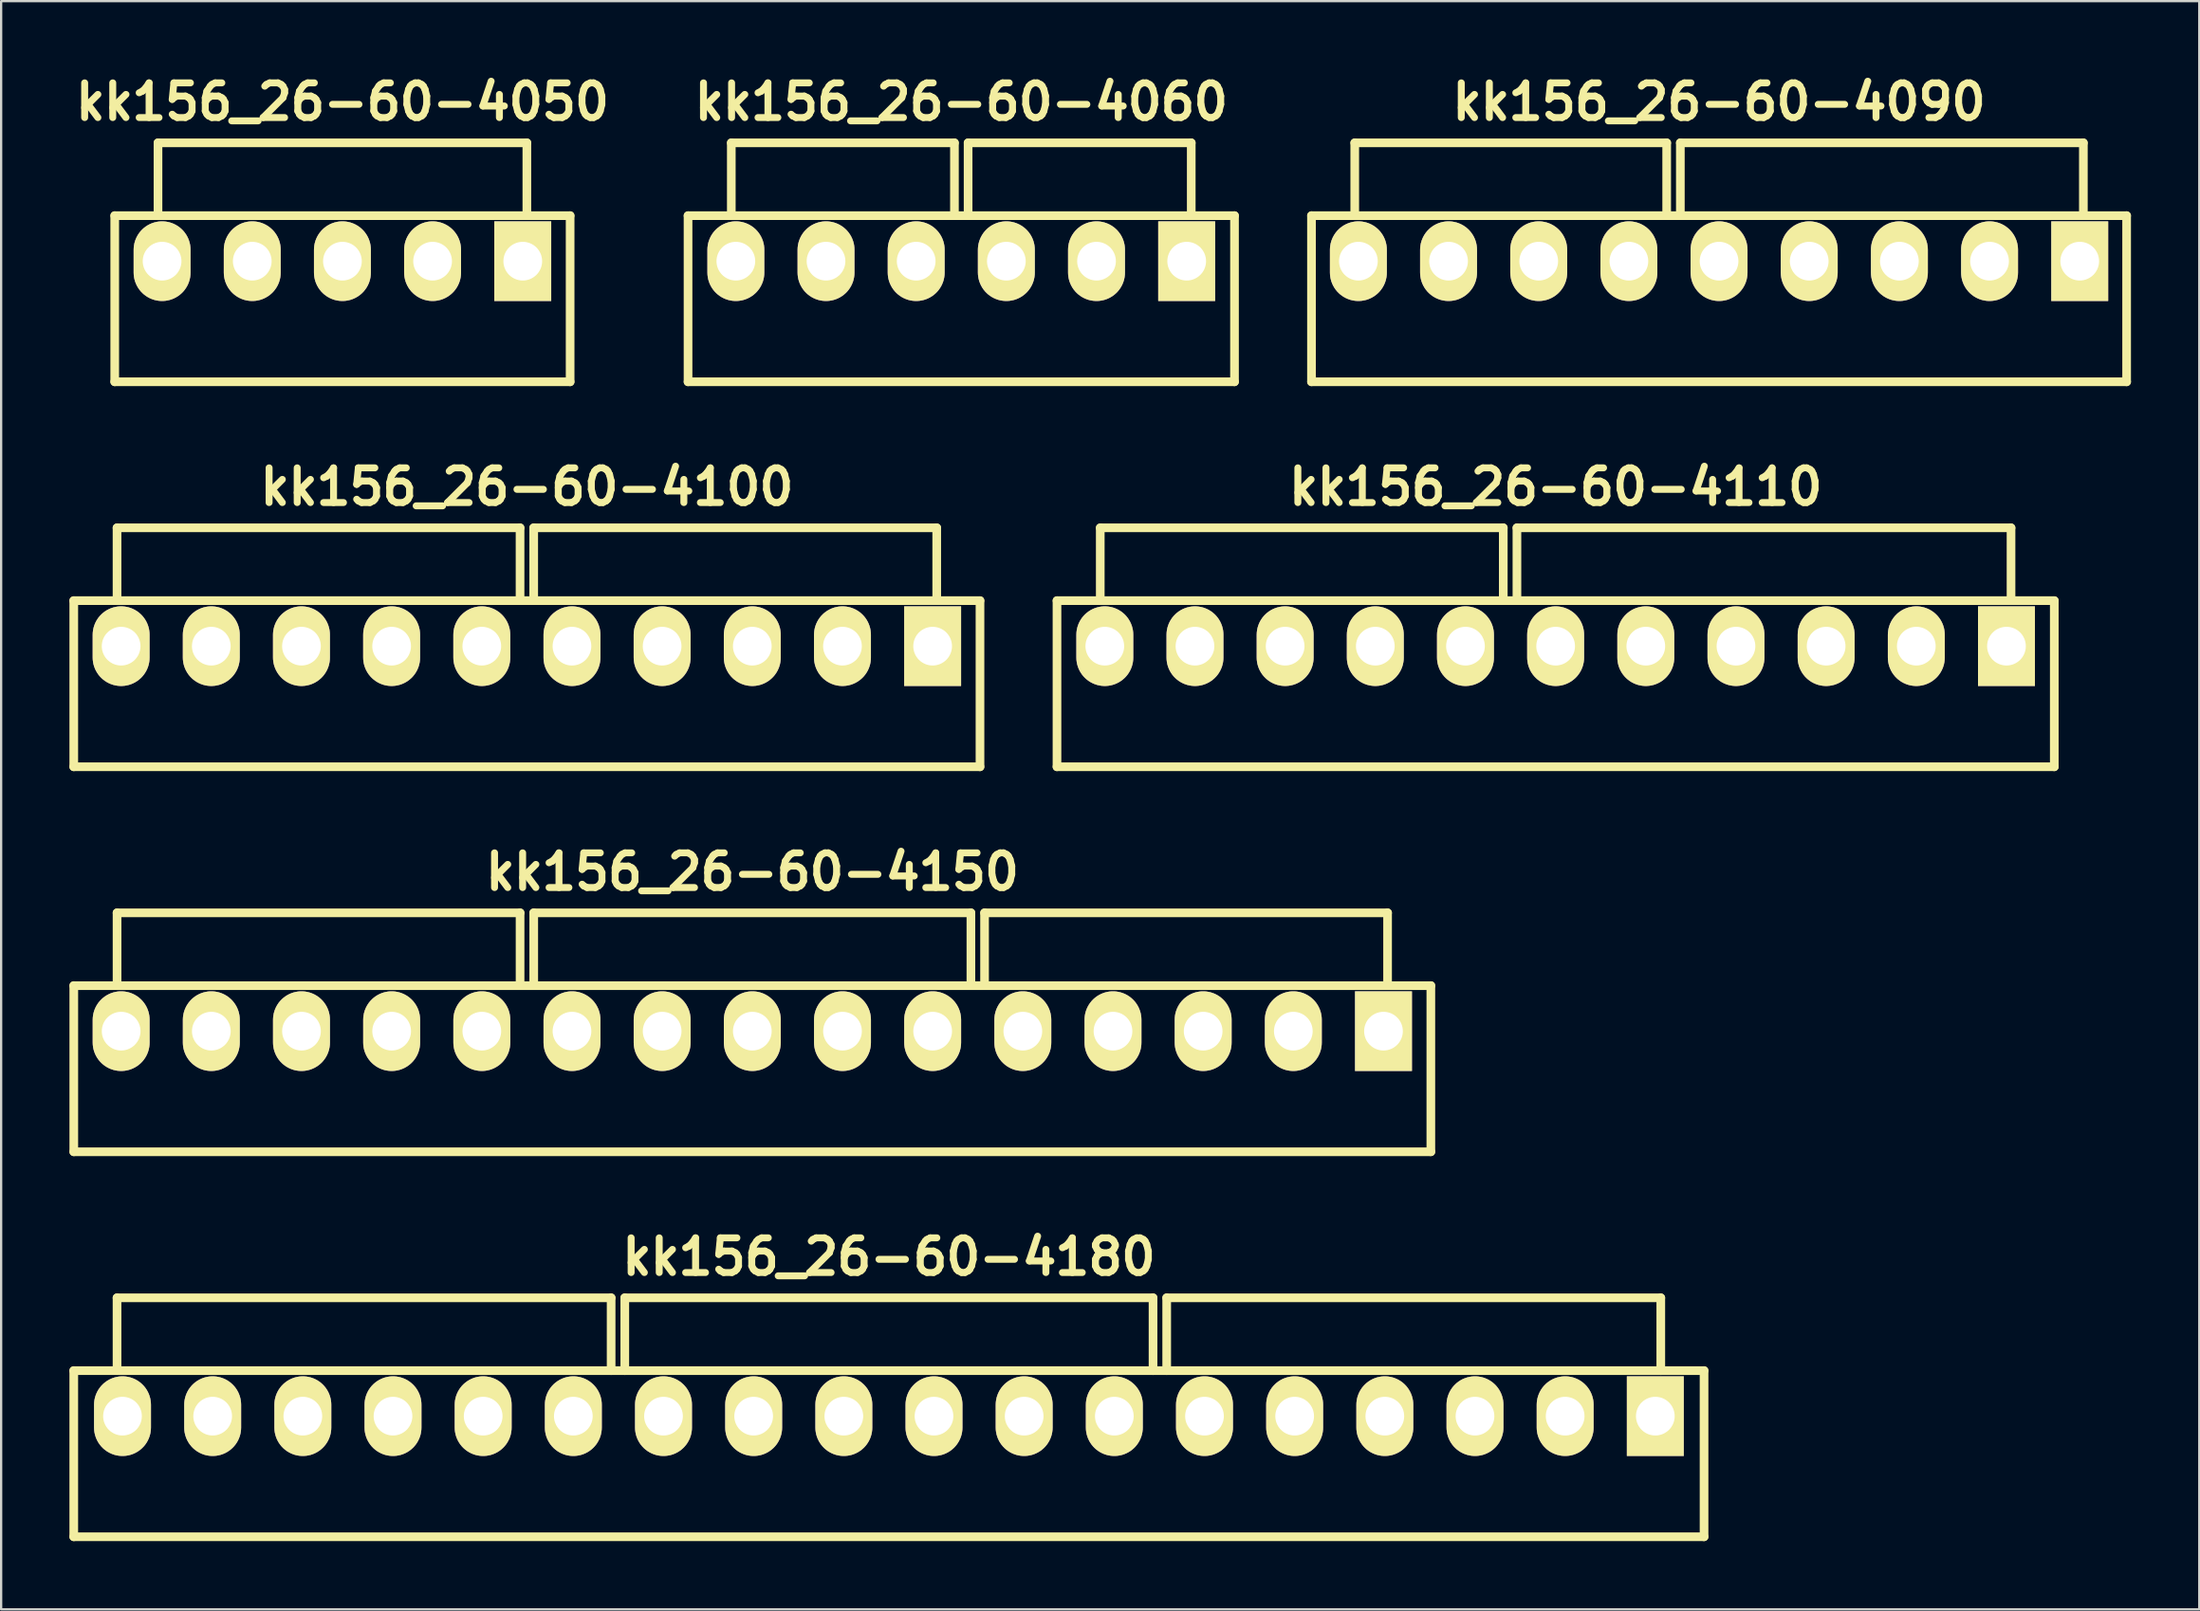
<source format=kicad_pcb>
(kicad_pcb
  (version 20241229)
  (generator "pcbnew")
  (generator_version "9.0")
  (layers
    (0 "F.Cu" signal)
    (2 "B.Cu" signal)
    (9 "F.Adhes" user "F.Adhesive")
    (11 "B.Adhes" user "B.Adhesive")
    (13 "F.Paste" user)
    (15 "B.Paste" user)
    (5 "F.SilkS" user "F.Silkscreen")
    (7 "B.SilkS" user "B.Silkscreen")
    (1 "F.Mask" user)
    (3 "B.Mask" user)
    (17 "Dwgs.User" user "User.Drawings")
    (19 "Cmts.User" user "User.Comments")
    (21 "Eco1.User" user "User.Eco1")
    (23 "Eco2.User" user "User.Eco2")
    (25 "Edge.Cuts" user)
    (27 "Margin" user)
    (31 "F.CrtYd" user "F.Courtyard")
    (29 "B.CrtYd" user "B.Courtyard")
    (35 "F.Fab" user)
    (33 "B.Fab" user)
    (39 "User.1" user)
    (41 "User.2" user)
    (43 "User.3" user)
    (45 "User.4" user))
  (footprint "kk156_26-60-4050"
    (layer "F.Cu")
    (at 11.989 8.426)
    (property "Reference" "kk156_26-60-4050" (at 0 -7 0) (layer "F.SilkS") (effects (font (size 1.524 1.524) (thickness 0.305))))
    (attr through_hole)
    (fp_line (start -10 -2) (end 10 -2) (stroke (width 0.381) (type solid)) (layer "F.SilkS"))
    (fp_line (start -10 5.3) (end -10 -2) (stroke (width 0.381) (type solid)) (layer "F.SilkS"))
    (fp_line (start -10 5.3) (end 10 5.3) (stroke (width 0.381) (type solid)) (layer "F.SilkS"))
    (fp_line (start -8.1 -5.2) (end 8.1 -5.2) (stroke (width 0.381) (type solid)) (layer "F.SilkS"))
    (fp_line (start -8.1 -2) (end -8.1 -5.2) (stroke (width 0.381) (type solid)) (layer "F.SilkS"))
    (fp_line (start 8.1 -5.2) (end 8.1 -2) (stroke (width 0.381) (type solid)) (layer "F.SilkS"))
    (fp_line (start 10 -2) (end 10 5.3) (stroke (width 0.381) (type solid)) (layer "F.SilkS"))
    (pad "1" thru_hole rect (at 7.92 0) (size 2.5 3.5) (drill 1.7) (layers "*.Cu" "*.Mask" "F.SilkS"))
    (pad "2" thru_hole oval (at 3.96 0) (size 2.5 3.5) (drill 1.7) (layers "*.Cu" "*.Mask" "F.SilkS"))
    (pad "3" thru_hole oval (at 0 0) (size 2.5 3.5) (drill 1.7) (layers "*.Cu" "*.Mask" "F.SilkS"))
    (pad "4" thru_hole oval (at -3.96 0) (size 2.5 3.5) (drill 1.7) (layers "*.Cu" "*.Mask" "F.SilkS"))
    (pad "5" thru_hole oval (at -7.92 0) (size 2.5 3.5) (drill 1.7) (layers "*.Cu" "*.Mask" "F.SilkS")))
  (footprint "kk156_26-60-4110"
    (layer "F.Cu")
    (at 65.272 25.343)
    (property "Reference" "kk156_26-60-4110" (at 0 -7 0) (layer "F.SilkS") (effects (font (size 1.524 1.524) (thickness 0.305))))
    (attr through_hole)
    (fp_line (start -21.9 -2) (end 21.9 -2) (stroke (width 0.381) (type solid)) (layer "F.SilkS"))
    (fp_line (start -21.9 5.3) (end -21.9 -2) (stroke (width 0.381) (type solid)) (layer "F.SilkS"))
    (fp_line (start -21.9 5.3) (end 21.9 5.3) (stroke (width 0.381) (type solid)) (layer "F.SilkS"))
    (fp_line (start -20 -2) (end -20 -5.2) (stroke (width 0.381) (type solid)) (layer "F.SilkS"))
    (fp_line (start -2.3 -5.2) (end -20 -5.2) (stroke (width 0.381) (type solid)) (layer "F.SilkS"))
    (fp_line (start -2.3 -2) (end -2.3 -5.2) (stroke (width 0.381) (type solid)) (layer "F.SilkS"))
    (fp_line (start -1.7 -5.2) (end 20 -5.2) (stroke (width 0.381) (type solid)) (layer "F.SilkS"))
    (fp_line (start -1.7 -2) (end -1.7 -5.2) (stroke (width 0.381) (type solid)) (layer "F.SilkS"))
    (fp_line (start 20 -5.2) (end 20 -2) (stroke (width 0.381) (type solid)) (layer "F.SilkS"))
    (fp_line (start 21.9 -2) (end 21.9 5.3) (stroke (width 0.381) (type solid)) (layer "F.SilkS"))
    (pad "1" thru_hole rect (at 19.8 0) (size 2.5 3.5) (drill 1.7) (layers "*.Cu" "*.Mask" "F.SilkS"))
    (pad "2" thru_hole oval (at 15.84 0) (size 2.5 3.5) (drill 1.7) (layers "*.Cu" "*.Mask" "F.SilkS"))
    (pad "3" thru_hole oval (at 11.88 0) (size 2.5 3.5) (drill 1.7) (layers "*.Cu" "*.Mask" "F.SilkS"))
    (pad "4" thru_hole oval (at 7.92 0) (size 2.5 3.5) (drill 1.7) (layers "*.Cu" "*.Mask" "F.SilkS"))
    (pad "5" thru_hole oval (at 3.96 0) (size 2.5 3.5) (drill 1.7) (layers "*.Cu" "*.Mask" "F.SilkS"))
    (pad "6" thru_hole oval (at 0 0) (size 2.5 3.5) (drill 1.7) (layers "*.Cu" "*.Mask" "F.SilkS"))
    (pad "7" thru_hole oval (at -3.96 0) (size 2.5 3.5) (drill 1.7) (layers "*.Cu" "*.Mask" "F.SilkS"))
    (pad "8" thru_hole oval (at -7.92 0) (size 2.5 3.5) (drill 1.7) (layers "*.Cu" "*.Mask" "F.SilkS"))
    (pad "9" thru_hole oval (at -11.88 0) (size 2.5 3.5) (drill 1.7) (layers "*.Cu" "*.Mask" "F.SilkS"))
    (pad "10" thru_hole oval (at -15.84 0) (size 2.5 3.5) (drill 1.7) (layers "*.Cu" "*.Mask" "F.SilkS"))
    (pad "11" thru_hole oval (at -19.8 0) (size 2.5 3.5) (drill 1.7) (layers "*.Cu" "*.Mask" "F.SilkS")))
  (footprint "kk156_26-60-4150"
    (layer "F.Cu")
    (at 29.991 42.26)
    (property "Reference" "kk156_26-60-4150" (at 0 -7 0) (layer "F.SilkS") (effects (font (size 1.524 1.524) (thickness 0.305))))
    (attr through_hole)
    (fp_line (start -29.8 -2) (end 29.8 -2) (stroke (width 0.381) (type solid)) (layer "F.SilkS"))
    (fp_line (start -29.8 5.3) (end -29.8 -2) (stroke (width 0.381) (type solid)) (layer "F.SilkS"))
    (fp_line (start -29.8 5.3) (end 29.8 5.3) (stroke (width 0.381) (type solid)) (layer "F.SilkS"))
    (fp_line (start -27.9 -2) (end -27.9 -5.2) (stroke (width 0.381) (type solid)) (layer "F.SilkS"))
    (fp_line (start -10.2 -5.2) (end -27.9 -5.2) (stroke (width 0.381) (type solid)) (layer "F.SilkS"))
    (fp_line (start -10.2 -2) (end -10.2 -5.2) (stroke (width 0.381) (type solid)) (layer "F.SilkS"))
    (fp_line (start -9.6 -5.2) (end 9.6 -5.2) (stroke (width 0.381) (type solid)) (layer "F.SilkS"))
    (fp_line (start -9.6 -2) (end -9.6 -5.2) (stroke (width 0.381) (type solid)) (layer "F.SilkS"))
    (fp_line (start 9.6 -5.2) (end 9.6 -2) (stroke (width 0.381) (type solid)) (layer "F.SilkS"))
    (fp_line (start 10.2 -5.2) (end 27.9 -5.2) (stroke (width 0.381) (type solid)) (layer "F.SilkS"))
    (fp_line (start 10.2 -2) (end 10.2 -5.2) (stroke (width 0.381) (type solid)) (layer "F.SilkS"))
    (fp_line (start 27.9 -5.2) (end 27.9 -2) (stroke (width 0.381) (type solid)) (layer "F.SilkS"))
    (fp_line (start 29.8 -2) (end 29.8 5.3) (stroke (width 0.381) (type solid)) (layer "F.SilkS"))
    (pad "1" thru_hole rect (at 27.72 0) (size 2.5 3.5) (drill 1.7) (layers "*.Cu" "*.Mask" "F.SilkS"))
    (pad "2" thru_hole oval (at 23.76 0) (size 2.5 3.5) (drill 1.7) (layers "*.Cu" "*.Mask" "F.SilkS"))
    (pad "3" thru_hole oval (at 19.8 0) (size 2.5 3.5) (drill 1.7) (layers "*.Cu" "*.Mask" "F.SilkS"))
    (pad "4" thru_hole oval (at 15.84 0) (size 2.5 3.5) (drill 1.7) (layers "*.Cu" "*.Mask" "F.SilkS"))
    (pad "5" thru_hole oval (at 11.88 0) (size 2.5 3.5) (drill 1.7) (layers "*.Cu" "*.Mask" "F.SilkS"))
    (pad "6" thru_hole oval (at 7.92 0) (size 2.5 3.5) (drill 1.7) (layers "*.Cu" "*.Mask" "F.SilkS"))
    (pad "7" thru_hole oval (at 3.96 0) (size 2.5 3.5) (drill 1.7) (layers "*.Cu" "*.Mask" "F.SilkS"))
    (pad "8" thru_hole oval (at 0 0) (size 2.5 3.5) (drill 1.7) (layers "*.Cu" "*.Mask" "F.SilkS"))
    (pad "9" thru_hole oval (at -3.96 0) (size 2.5 3.5) (drill 1.7) (layers "*.Cu" "*.Mask" "F.SilkS"))
    (pad "10" thru_hole oval (at -7.92 0) (size 2.5 3.5) (drill 1.7) (layers "*.Cu" "*.Mask" "F.SilkS"))
    (pad "11" thru_hole oval (at -11.88 0) (size 2.5 3.5) (drill 1.7) (layers "*.Cu" "*.Mask" "F.SilkS"))
    (pad "12" thru_hole oval (at -15.84 0) (size 2.5 3.5) (drill 1.7) (layers "*.Cu" "*.Mask" "F.SilkS"))
    (pad "13" thru_hole oval (at -19.8 0) (size 2.5 3.5) (drill 1.7) (layers "*.Cu" "*.Mask" "F.SilkS"))
    (pad "14" thru_hole oval (at -23.76 0) (size 2.5 3.5) (drill 1.7) (layers "*.Cu" "*.Mask" "F.SilkS"))
    (pad "15" thru_hole oval (at -27.72 0) (size 2.5 3.5) (drill 1.7) (layers "*.Cu" "*.Mask" "F.SilkS")))
  (footprint "kk156_26-60-4060"
    (layer "F.Cu")
    (at 39.168 8.426)
    (property "Reference" "kk156_26-60-4060" (at 0 -7 0) (layer "F.SilkS") (effects (font (size 1.524 1.524) (thickness 0.305))))
    (attr through_hole)
    (fp_line (start -12 -2) (end 12 -2) (stroke (width 0.381) (type solid)) (layer "F.SilkS"))
    (fp_line (start -12 5.3) (end -12 -2) (stroke (width 0.381) (type solid)) (layer "F.SilkS"))
    (fp_line (start -12 5.3) (end 12 5.3) (stroke (width 0.381) (type solid)) (layer "F.SilkS"))
    (fp_line (start -10.1 -2) (end -10.1 -5.2) (stroke (width 0.381) (type solid)) (layer "F.SilkS"))
    (fp_line (start -0.3 -5.2) (end -10.1 -5.2) (stroke (width 0.381) (type solid)) (layer "F.SilkS"))
    (fp_line (start -0.3 -2) (end -0.3 -5.2) (stroke (width 0.381) (type solid)) (layer "F.SilkS"))
    (fp_line (start 0.3 -5.2) (end 10.1 -5.2) (stroke (width 0.381) (type solid)) (layer "F.SilkS"))
    (fp_line (start 0.3 -2) (end 0.3 -5.2) (stroke (width 0.381) (type solid)) (layer "F.SilkS"))
    (fp_line (start 10.1 -5.2) (end 10.1 -2) (stroke (width 0.381) (type solid)) (layer "F.SilkS"))
    (fp_line (start 12 -2) (end 12 5.3) (stroke (width 0.381) (type solid)) (layer "F.SilkS"))
    (pad "1" thru_hole rect (at 9.9 0) (size 2.5 3.5) (drill 1.7) (layers "*.Cu" "*.Mask" "F.SilkS"))
    (pad "2" thru_hole oval (at 5.94 0) (size 2.5 3.5) (drill 1.7) (layers "*.Cu" "*.Mask" "F.SilkS"))
    (pad "3" thru_hole oval (at 1.98 0) (size 2.5 3.5) (drill 1.7) (layers "*.Cu" "*.Mask" "F.SilkS"))
    (pad "4" thru_hole oval (at -1.98 0) (size 2.5 3.5) (drill 1.7) (layers "*.Cu" "*.Mask" "F.SilkS"))
    (pad "5" thru_hole oval (at -5.94 0) (size 2.5 3.5) (drill 1.7) (layers "*.Cu" "*.Mask" "F.SilkS"))
    (pad "6" thru_hole oval (at -9.9 0) (size 2.5 3.5) (drill 1.7) (layers "*.Cu" "*.Mask" "F.SilkS")))
  (footprint "kk156_26-60-4090"
    (layer "F.Cu")
    (at 72.449 8.426)
    (property "Reference" "kk156_26-60-4090" (at 0 -7 0) (layer "F.SilkS") (effects (font (size 1.524 1.524) (thickness 0.305))))
    (attr through_hole)
    (fp_line (start -17.9 -2) (end 17.9 -2) (stroke (width 0.381) (type solid)) (layer "F.SilkS"))
    (fp_line (start -17.9 5.3) (end -17.9 -2) (stroke (width 0.381) (type solid)) (layer "F.SilkS"))
    (fp_line (start -17.9 5.3) (end 17.9 5.3) (stroke (width 0.381) (type solid)) (layer "F.SilkS"))
    (fp_line (start -16 -2) (end -16 -5.2) (stroke (width 0.381) (type solid)) (layer "F.SilkS"))
    (fp_line (start -2.3 -5.2) (end -16 -5.2) (stroke (width 0.381) (type solid)) (layer "F.SilkS"))
    (fp_line (start -2.3 -2) (end -2.3 -5.2) (stroke (width 0.381) (type solid)) (layer "F.SilkS"))
    (fp_line (start -1.7 -5.2) (end 16 -5.2) (stroke (width 0.381) (type solid)) (layer "F.SilkS"))
    (fp_line (start -1.7 -2) (end -1.7 -5.2) (stroke (width 0.381) (type solid)) (layer "F.SilkS"))
    (fp_line (start 16 -5.2) (end 16 -2) (stroke (width 0.381) (type solid)) (layer "F.SilkS"))
    (fp_line (start 17.9 -2) (end 17.9 5.3) (stroke (width 0.381) (type solid)) (layer "F.SilkS"))
    (pad "1" thru_hole rect (at 15.84 0) (size 2.5 3.5) (drill 1.7) (layers "*.Cu" "*.Mask" "F.SilkS"))
    (pad "2" thru_hole oval (at 11.88 0) (size 2.5 3.5) (drill 1.7) (layers "*.Cu" "*.Mask" "F.SilkS"))
    (pad "3" thru_hole oval (at 7.92 0) (size 2.5 3.5) (drill 1.7) (layers "*.Cu" "*.Mask" "F.SilkS"))
    (pad "4" thru_hole oval (at 3.96 0) (size 2.5 3.5) (drill 1.7) (layers "*.Cu" "*.Mask" "F.SilkS"))
    (pad "5" thru_hole oval (at 0 0) (size 2.5 3.5) (drill 1.7) (layers "*.Cu" "*.Mask" "F.SilkS"))
    (pad "6" thru_hole oval (at -3.96 0) (size 2.5 3.5) (drill 1.7) (layers "*.Cu" "*.Mask" "F.SilkS"))
    (pad "7" thru_hole oval (at -7.92 0) (size 2.5 3.5) (drill 1.7) (layers "*.Cu" "*.Mask" "F.SilkS"))
    (pad "8" thru_hole oval (at -11.88 0) (size 2.5 3.5) (drill 1.7) (layers "*.Cu" "*.Mask" "F.SilkS"))
    (pad "9" thru_hole oval (at -15.84 0) (size 2.5 3.5) (drill 1.7) (layers "*.Cu" "*.Mask" "F.SilkS")))
  (footprint "kk156_26-60-4100"
    (layer "F.Cu")
    (at 20.09 25.343)
    (property "Reference" "kk156_26-60-4100" (at 0 -7 0) (layer "F.SilkS") (effects (font (size 1.524 1.524) (thickness 0.305))))
    (attr through_hole)
    (fp_line (start -19.9 -2) (end 19.9 -2) (stroke (width 0.381) (type solid)) (layer "F.SilkS"))
    (fp_line (start -19.9 5.3) (end -19.9 -2) (stroke (width 0.381) (type solid)) (layer "F.SilkS"))
    (fp_line (start -19.9 5.3) (end 19.9 5.3) (stroke (width 0.381) (type solid)) (layer "F.SilkS"))
    (fp_line (start -18 -2) (end -18 -5.2) (stroke (width 0.381) (type solid)) (layer "F.SilkS"))
    (fp_line (start -0.3 -5.2) (end -18 -5.2) (stroke (width 0.381) (type solid)) (layer "F.SilkS"))
    (fp_line (start -0.3 -2) (end -0.3 -5.2) (stroke (width 0.381) (type solid)) (layer "F.SilkS"))
    (fp_line (start 0.3 -5.2) (end 18 -5.2) (stroke (width 0.381) (type solid)) (layer "F.SilkS"))
    (fp_line (start 0.3 -2) (end 0.3 -5.2) (stroke (width 0.381) (type solid)) (layer "F.SilkS"))
    (fp_line (start 18 -5.2) (end 18 -2) (stroke (width 0.381) (type solid)) (layer "F.SilkS"))
    (fp_line (start 19.9 -2) (end 19.9 5.3) (stroke (width 0.381) (type solid)) (layer "F.SilkS"))
    (pad "1" thru_hole rect (at 17.82 0) (size 2.5 3.5) (drill 1.7) (layers "*.Cu" "*.Mask" "F.SilkS"))
    (pad "2" thru_hole oval (at 13.86 0) (size 2.5 3.5) (drill 1.7) (layers "*.Cu" "*.Mask" "F.SilkS"))
    (pad "3" thru_hole oval (at 9.9 0) (size 2.5 3.5) (drill 1.7) (layers "*.Cu" "*.Mask" "F.SilkS"))
    (pad "4" thru_hole oval (at 5.94 0) (size 2.5 3.5) (drill 1.7) (layers "*.Cu" "*.Mask" "F.SilkS"))
    (pad "5" thru_hole oval (at 1.98 0) (size 2.5 3.5) (drill 1.7) (layers "*.Cu" "*.Mask" "F.SilkS"))
    (pad "6" thru_hole oval (at -1.98 0) (size 2.5 3.5) (drill 1.7) (layers "*.Cu" "*.Mask" "F.SilkS"))
    (pad "7" thru_hole oval (at -5.94 0) (size 2.5 3.5) (drill 1.7) (layers "*.Cu" "*.Mask" "F.SilkS"))
    (pad "8" thru_hole oval (at -9.9 0) (size 2.5 3.5) (drill 1.7) (layers "*.Cu" "*.Mask" "F.SilkS"))
    (pad "9" thru_hole oval (at -13.86 0) (size 2.5 3.5) (drill 1.7) (layers "*.Cu" "*.Mask" "F.SilkS"))
    (pad "10" thru_hole oval (at -17.82 0) (size 2.5 3.5) (drill 1.7) (layers "*.Cu" "*.Mask" "F.SilkS")))
  (footprint "kk156_26-60-4180"
    (layer "F.Cu")
    (at 35.99 59.177)
    (property "Reference" "kk156_26-60-4180" (at 0 -7 0) (layer "F.SilkS") (effects (font (size 1.524 1.524) (thickness 0.305))))
    (attr through_hole)
    (fp_line (start -35.8 -2) (end 35.8 -2) (stroke (width 0.381) (type solid)) (layer "F.SilkS"))
    (fp_line (start -35.8 5.3) (end -35.8 -2) (stroke (width 0.381) (type solid)) (layer "F.SilkS"))
    (fp_line (start -35.8 5.3) (end 35.8 5.3) (stroke (width 0.381) (type solid)) (layer "F.SilkS"))
    (fp_line (start -33.9 -2) (end -33.9 -5.2) (stroke (width 0.381) (type solid)) (layer "F.SilkS"))
    (fp_line (start -12.2 -5.2) (end -33.9 -5.2) (stroke (width 0.381) (type solid)) (layer "F.SilkS"))
    (fp_line (start -12.2 -2) (end -12.2 -5.2) (stroke (width 0.381) (type solid)) (layer "F.SilkS"))
    (fp_line (start -11.6 -5.2) (end 11.6 -5.2) (stroke (width 0.381) (type solid)) (layer "F.SilkS"))
    (fp_line (start -11.6 -2) (end -11.6 -5.2) (stroke (width 0.381) (type solid)) (layer "F.SilkS"))
    (fp_line (start 11.6 -5.2) (end 11.6 -2) (stroke (width 0.381) (type solid)) (layer "F.SilkS"))
    (fp_line (start 12.2 -5.2) (end 33.9 -5.2) (stroke (width 0.381) (type solid)) (layer "F.SilkS"))
    (fp_line (start 12.2 -2) (end 12.2 -5.2) (stroke (width 0.381) (type solid)) (layer "F.SilkS"))
    (fp_line (start 33.9 -5.2) (end 33.9 -2) (stroke (width 0.381) (type solid)) (layer "F.SilkS"))
    (fp_line (start 35.8 -2) (end 35.8 5.3) (stroke (width 0.381) (type solid)) (layer "F.SilkS"))
    (pad "1" thru_hole rect (at 33.66 0) (size 2.5 3.5) (drill 1.7) (layers "*.Cu" "*.Mask" "F.SilkS"))
    (pad "2" thru_hole oval (at 29.7 0) (size 2.5 3.5) (drill 1.7) (layers "*.Cu" "*.Mask" "F.SilkS"))
    (pad "3" thru_hole oval (at 25.74 0) (size 2.5 3.5) (drill 1.7) (layers "*.Cu" "*.Mask" "F.SilkS"))
    (pad "4" thru_hole oval (at 21.78 0) (size 2.5 3.5) (drill 1.7) (layers "*.Cu" "*.Mask" "F.SilkS"))
    (pad "5" thru_hole oval (at 17.82 0) (size 2.5 3.5) (drill 1.7) (layers "*.Cu" "*.Mask" "F.SilkS"))
    (pad "6" thru_hole oval (at 13.86 0) (size 2.5 3.5) (drill 1.7) (layers "*.Cu" "*.Mask" "F.SilkS"))
    (pad "7" thru_hole oval (at 9.9 0) (size 2.5 3.5) (drill 1.7) (layers "*.Cu" "*.Mask" "F.SilkS"))
    (pad "8" thru_hole oval (at 5.94 0) (size 2.5 3.5) (drill 1.7) (layers "*.Cu" "*.Mask" "F.SilkS"))
    (pad "9" thru_hole oval (at 1.98 0) (size 2.5 3.5) (drill 1.7) (layers "*.Cu" "*.Mask" "F.SilkS"))
    (pad "10" thru_hole oval (at -1.98 0) (size 2.5 3.5) (drill 1.7) (layers "*.Cu" "*.Mask" "F.SilkS"))
    (pad "11" thru_hole oval (at -5.94 0) (size 2.5 3.5) (drill 1.7) (layers "*.Cu" "*.Mask" "F.SilkS"))
    (pad "12" thru_hole oval (at -9.9 0) (size 2.5 3.5) (drill 1.7) (layers "*.Cu" "*.Mask" "F.SilkS"))
    (pad "13" thru_hole oval (at -13.86 0) (size 2.5 3.5) (drill 1.7) (layers "*.Cu" "*.Mask" "F.SilkS"))
    (pad "14" thru_hole oval (at -17.82 0) (size 2.5 3.5) (drill 1.7) (layers "*.Cu" "*.Mask" "F.SilkS"))
    (pad "15" thru_hole oval (at -21.78 0) (size 2.5 3.5) (drill 1.7) (layers "*.Cu" "*.Mask" "F.SilkS"))
    (pad "16" thru_hole oval (at -25.74 0) (size 2.5 3.5) (drill 1.7) (layers "*.Cu" "*.Mask" "F.SilkS"))
    (pad "17" thru_hole oval (at -29.7 0) (size 2.5 3.5) (drill 1.7) (layers "*.Cu" "*.Mask" "F.SilkS"))
    (pad "18" thru_hole oval (at -33.66 0) (size 2.5 3.5) (drill 1.7) (layers "*.Cu" "*.Mask" "F.SilkS")))
  (gr_rect
    (start -3 -3)
    (end 93.54 67.668)
    (stroke (width 0.1) (type default))
    (fill no)
    (layer "Edge.Cuts")))
</source>
